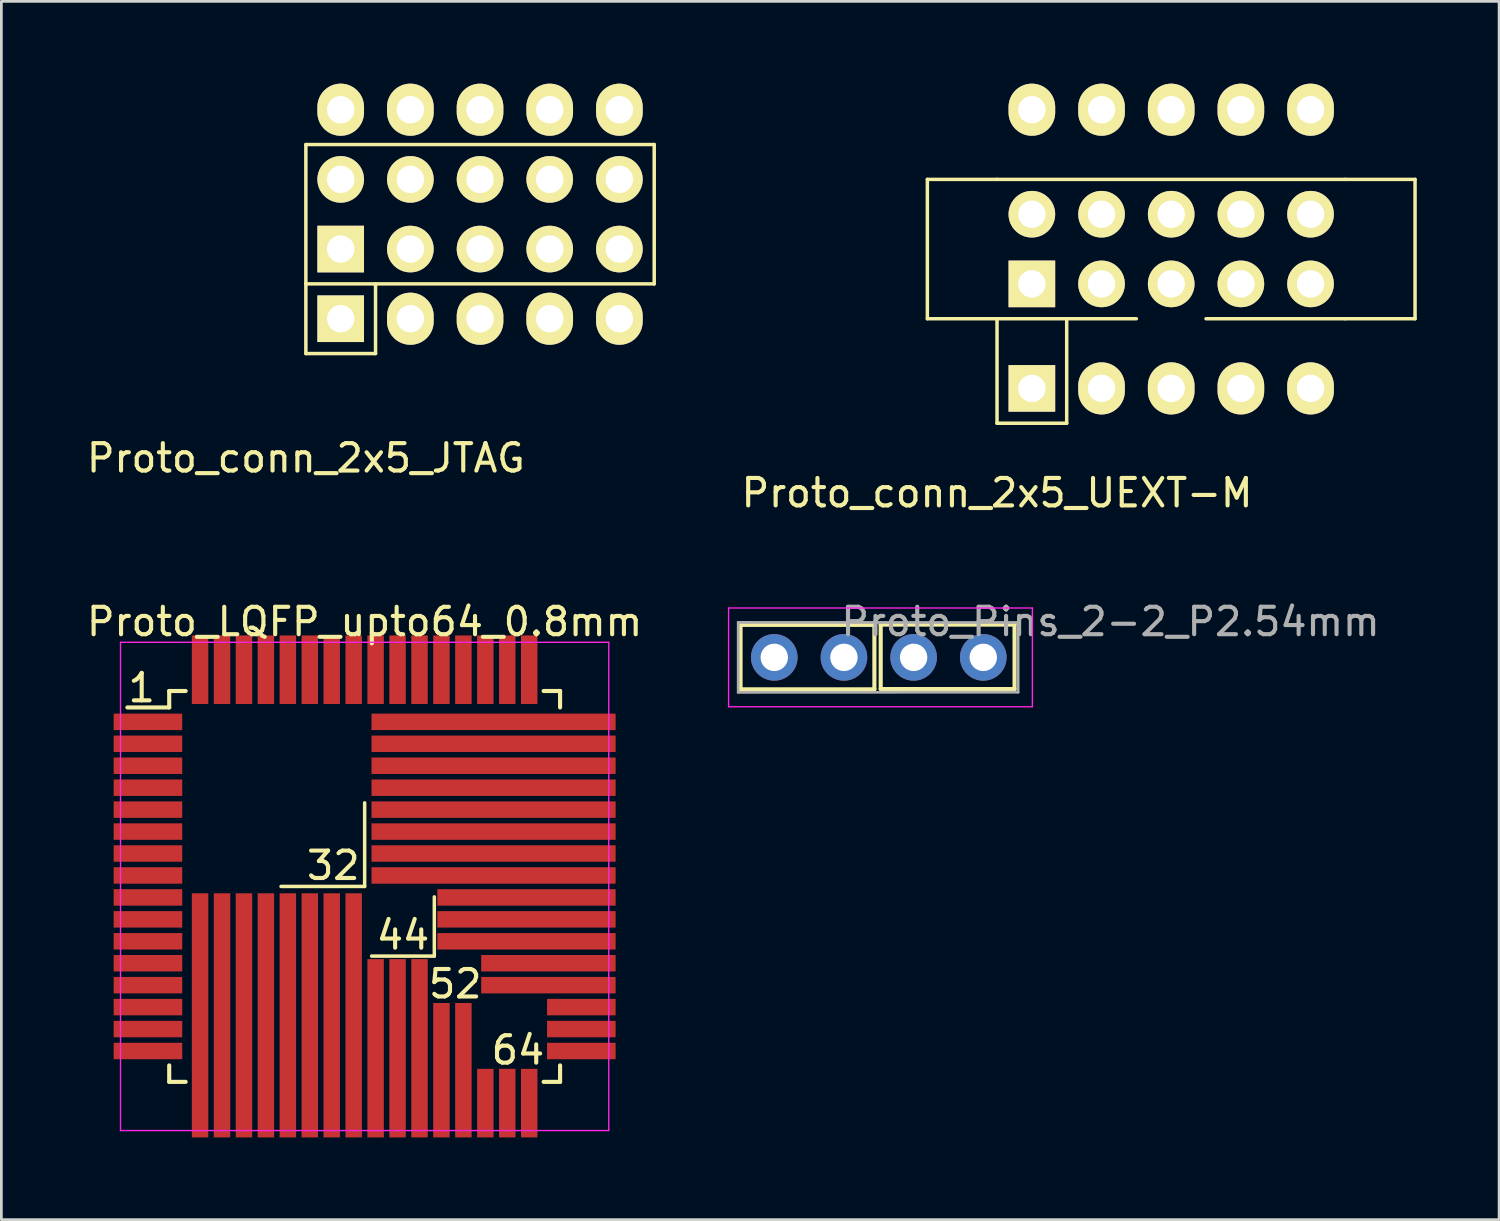
<source format=kicad_pcb>
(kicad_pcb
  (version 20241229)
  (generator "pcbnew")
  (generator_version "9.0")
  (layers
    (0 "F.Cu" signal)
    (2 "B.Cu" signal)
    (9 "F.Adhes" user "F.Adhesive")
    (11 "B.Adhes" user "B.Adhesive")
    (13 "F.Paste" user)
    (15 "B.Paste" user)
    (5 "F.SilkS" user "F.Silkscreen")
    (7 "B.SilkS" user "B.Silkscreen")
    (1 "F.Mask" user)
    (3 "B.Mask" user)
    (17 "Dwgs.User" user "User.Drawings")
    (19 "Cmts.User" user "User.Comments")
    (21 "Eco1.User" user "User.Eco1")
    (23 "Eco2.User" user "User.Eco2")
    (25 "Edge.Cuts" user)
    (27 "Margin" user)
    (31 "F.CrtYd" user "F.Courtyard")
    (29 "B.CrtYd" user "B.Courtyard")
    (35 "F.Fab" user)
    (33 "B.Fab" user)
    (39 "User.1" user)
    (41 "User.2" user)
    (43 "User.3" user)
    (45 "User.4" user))
  (footprint "Proto_conn_2x5_JTAG"
    (layer "F.Cu")
    (at 9.371 6.03)
    (property "Reference" "Proto_conn_2x5_JTAG" (at -1.27 7.62 0) (layer "F.SilkS") (effects (font (size 1 1) (thickness 0.15))))
    (attr through_hole)
    (fp_line (start -1.27 -3.81) (end 11.43 -3.81) (stroke (width 0.127) (type solid)) (layer "F.SilkS"))
    (fp_line (start -1.27 1.27) (end -1.27 -3.81) (stroke (width 0.127) (type solid)) (layer "F.SilkS"))
    (fp_line (start -1.27 1.27) (end -1.27 3.81) (stroke (width 0.127) (type solid)) (layer "F.SilkS"))
    (fp_line (start -1.27 3.81) (end 1.27 3.81) (stroke (width 0.127) (type solid)) (layer "F.SilkS"))
    (fp_line (start 1.27 3.81) (end 1.27 1.27) (stroke (width 0.127) (type solid)) (layer "F.SilkS"))
    (fp_line (start 11.43 -3.81) (end 11.43 1.27) (stroke (width 0.127) (type solid)) (layer "F.SilkS"))
    (fp_line (start 11.43 1.27) (end -1.27 1.27) (stroke (width 0.127) (type solid)) (layer "F.SilkS"))
    (pad "1" thru_hole rect (at 0 0) (size 1.7 1.7) (drill 1) (layers "*.Cu" "*.Mask" "F.SilkS"))
    (pad "1" thru_hole rect (at 0 2.54) (size 1.7 1.7) (drill 1) (layers "*.Cu" "*.Mask" "F.SilkS"))
    (pad "2" thru_hole oval (at 0 -5.08) (size 1.7 1.9) (drill 1) (layers "*.Cu" "*.Mask" "F.SilkS"))
    (pad "2" thru_hole circle (at 0 -2.54) (size 1.7 1.7) (drill 1) (layers "*.Cu" "*.Mask" "F.SilkS"))
    (pad "3" thru_hole circle (at 2.54 0) (size 1.7 1.7) (drill 1) (layers "*.Cu" "*.Mask" "F.SilkS"))
    (pad "3" thru_hole oval (at 2.54 2.54) (size 1.7 1.9) (drill 1) (layers "*.Cu" "*.Mask" "F.SilkS"))
    (pad "4" thru_hole oval (at 2.54 -5.08) (size 1.7 1.9) (drill 1) (layers "*.Cu" "*.Mask" "F.SilkS"))
    (pad "4" thru_hole circle (at 2.54 -2.54) (size 1.7 1.7) (drill 1) (layers "*.Cu" "*.Mask" "F.SilkS"))
    (pad "5" thru_hole circle (at 5.08 0) (size 1.7 1.7) (drill 1) (layers "*.Cu" "*.Mask" "F.SilkS"))
    (pad "5" thru_hole oval (at 5.08 2.54) (size 1.7 1.9) (drill 1) (layers "*.Cu" "*.Mask" "F.SilkS"))
    (pad "6" thru_hole oval (at 5.08 -5.08) (size 1.7 1.9) (drill 1) (layers "*.Cu" "*.Mask" "F.SilkS"))
    (pad "6" thru_hole circle (at 5.08 -2.54) (size 1.7 1.7) (drill 1) (layers "*.Cu" "*.Mask" "F.SilkS"))
    (pad "7" thru_hole circle (at 7.62 0) (size 1.7 1.7) (drill 1) (layers "*.Cu" "*.Mask" "F.SilkS"))
    (pad "7" thru_hole oval (at 7.62 2.54) (size 1.7 1.9) (drill 1) (layers "*.Cu" "*.Mask" "F.SilkS"))
    (pad "8" thru_hole oval (at 7.62 -5.08) (size 1.7 1.9) (drill 1) (layers "*.Cu" "*.Mask" "F.SilkS"))
    (pad "8" thru_hole circle (at 7.62 -2.54) (size 1.7 1.7) (drill 1) (layers "*.Cu" "*.Mask" "F.SilkS"))
    (pad "9" thru_hole circle (at 10.16 0) (size 1.7 1.7) (drill 1) (layers "*.Cu" "*.Mask" "F.SilkS"))
    (pad "9" thru_hole oval (at 10.16 2.54) (size 1.7 1.9) (drill 1) (layers "*.Cu" "*.Mask" "F.SilkS"))
    (pad "10" thru_hole oval (at 10.16 -5.08) (size 1.7 1.9) (drill 1) (layers "*.Cu" "*.Mask" "F.SilkS"))
    (pad "10" thru_hole circle (at 10.16 -2.54) (size 1.7 1.7) (drill 1) (layers "*.Cu" "*.Mask" "F.SilkS")))
  (footprint "Proto_LQFP_upto64_0.8mm"
    (layer "F.Cu")
    (at 10.244 29.267)
    (property "Reference" "Proto_LQFP_upto64_0.8mm" (at 0 -9.65 180) (layer "F.SilkS") (effects (font (size 1 1) (thickness 0.15))))
    (attr smd)
    (fp_line (start -7.125 -7.125) (end -7.125 -6.525) (stroke (width 0.15) (type solid)) (layer "F.SilkS"))
    (fp_line (start -7.125 -7.125) (end -6.525 -7.125) (stroke (width 0.15) (type solid)) (layer "F.SilkS"))
    (fp_line (start -7.125 -6.525) (end -8.65 -6.525) (stroke (width 0.15) (type solid)) (layer "F.SilkS"))
    (fp_line (start -7.125 7.125) (end -7.125 6.525) (stroke (width 0.15) (type solid)) (layer "F.SilkS"))
    (fp_line (start -7.125 7.125) (end -6.525 7.125) (stroke (width 0.15) (type solid)) (layer "F.SilkS"))
    (fp_line (start 0 -3.048) (end 0 0) (stroke (width 0.127) (type solid)) (layer "F.SilkS"))
    (fp_line (start 0 0) (end -3.048 0) (stroke (width 0.127) (type solid)) (layer "F.SilkS"))
    (fp_line (start 2.54 0.381) (end 2.54 2.54) (stroke (width 0.127) (type solid)) (layer "F.SilkS"))
    (fp_line (start 2.54 2.54) (end 0.254 2.54) (stroke (width 0.127) (type solid)) (layer "F.SilkS"))
    (fp_line (start 7.125 -7.125) (end 6.525 -7.125) (stroke (width 0.15) (type solid)) (layer "F.SilkS"))
    (fp_line (start 7.125 -7.125) (end 7.125 -6.525) (stroke (width 0.15) (type solid)) (layer "F.SilkS"))
    (fp_line (start 7.125 7.125) (end 6.525 7.125) (stroke (width 0.15) (type solid)) (layer "F.SilkS"))
    (fp_line (start 7.125 7.125) (end 7.125 6.525) (stroke (width 0.15) (type solid)) (layer "F.SilkS"))
    (fp_line (start -8.9 -8.9) (end -8.9 8.9) (stroke (width 0.05) (type solid)) (layer "F.CrtYd"))
    (fp_line (start -8.9 -8.9) (end 8.9 -8.9) (stroke (width 0.05) (type solid)) (layer "F.CrtYd"))
    (fp_line (start -8.9 8.9) (end 8.9 8.9) (stroke (width 0.05) (type solid)) (layer "F.CrtYd"))
    (fp_line (start 8.9 -8.9) (end 8.9 8.9) (stroke (width 0.05) (type solid)) (layer "F.CrtYd"))
    (fp_text user "64" (at 5.588 5.969 180) (layer "F.SilkS") (effects (font (size 1 1) (thickness 0.15))))
    (fp_text user "1" (at -8.128 -7.239 180) (layer "F.SilkS") (effects (font (size 1 1) (thickness 0.15))))
    (fp_text user "32" (at -1.143 -0.762 180) (layer "F.SilkS") (effects (font (size 1 1) (thickness 0.15))))
    (fp_text user "44" (at 1.397 1.778 180) (layer "F.SilkS") (effects (font (size 1 1) (thickness 0.15))))
    (fp_text user "52" (at 3.302 3.556 180) (layer "F.SilkS") (effects (font (size 1 1) (thickness 0.15))))
    (pad "1" smd rect (at -7.9 -6) (size 2.5 0.6) (layers "F.Cu" "F.Mask" "F.Paste"))
    (pad "2" smd rect (at -7.9 -5.2) (size 2.5 0.6) (layers "F.Cu" "F.Mask" "F.Paste"))
    (pad "3" smd rect (at -7.9 -4.4) (size 2.5 0.6) (layers "F.Cu" "F.Mask" "F.Paste"))
    (pad "4" smd rect (at -7.9 -3.6) (size 2.5 0.6) (layers "F.Cu" "F.Mask" "F.Paste"))
    (pad "5" smd rect (at -7.9 -2.8) (size 2.5 0.6) (layers "F.Cu" "F.Mask" "F.Paste"))
    (pad "6" smd rect (at -7.9 -2) (size 2.5 0.6) (layers "F.Cu" "F.Mask" "F.Paste"))
    (pad "7" smd rect (at -7.9 -1.2) (size 2.5 0.6) (layers "F.Cu" "F.Mask" "F.Paste"))
    (pad "8" smd rect (at -7.9 -0.4) (size 2.5 0.6) (layers "F.Cu" "F.Mask" "F.Paste"))
    (pad "9" smd rect (at -7.9 0.4) (size 2.5 0.6) (layers "F.Cu" "F.Mask" "F.Paste"))
    (pad "10" smd rect (at -7.9 1.2) (size 2.5 0.6) (layers "F.Cu" "F.Mask" "F.Paste"))
    (pad "11" smd rect (at -7.9 2) (size 2.5 0.6) (layers "F.Cu" "F.Mask" "F.Paste"))
    (pad "12" smd rect (at -7.9 2.8) (size 2.5 0.6) (layers "F.Cu" "F.Mask" "F.Paste"))
    (pad "13" smd rect (at -7.9 3.6) (size 2.5 0.6) (layers "F.Cu" "F.Mask" "F.Paste"))
    (pad "14" smd rect (at -7.9 4.4) (size 2.5 0.6) (layers "F.Cu" "F.Mask" "F.Paste"))
    (pad "15" smd rect (at -7.9 5.2) (size 2.5 0.6) (layers "F.Cu" "F.Mask" "F.Paste"))
    (pad "16" smd rect (at -7.9 6) (size 2.5 0.6) (layers "F.Cu" "F.Mask" "F.Paste"))
    (pad "17" smd rect (at -6 4.7 90) (size 8.9 0.6) (layers "F.Cu" "F.Mask" "F.Paste"))
    (pad "18" smd rect (at -5.2 4.7 90) (size 8.9 0.6) (layers "F.Cu" "F.Mask" "F.Paste"))
    (pad "19" smd rect (at -4.4 4.7 90) (size 8.9 0.6) (layers "F.Cu" "F.Mask" "F.Paste"))
    (pad "20" smd rect (at -3.6 4.7 90) (size 8.9 0.6) (layers "F.Cu" "F.Mask" "F.Paste"))
    (pad "21" smd rect (at -2.8 4.7 90) (size 8.9 0.6) (layers "F.Cu" "F.Mask" "F.Paste"))
    (pad "22" smd rect (at -2 4.7 90) (size 8.9 0.6) (layers "F.Cu" "F.Mask" "F.Paste"))
    (pad "23" smd rect (at -1.2 4.7 90) (size 8.9 0.6) (layers "F.Cu" "F.Mask" "F.Paste"))
    (pad "24" smd rect (at -0.4 4.7 90) (size 8.9 0.6) (layers "F.Cu" "F.Mask" "F.Paste"))
    (pad "25" smd rect (at 0.4 5.9 90) (size 6.5 0.6) (layers "F.Cu" "F.Mask" "F.Paste"))
    (pad "26" smd rect (at 1.2 5.9 90) (size 6.5 0.6) (layers "F.Cu" "F.Mask" "F.Paste"))
    (pad "27" smd rect (at 2 5.9 90) (size 6.5 0.6) (layers "F.Cu" "F.Mask" "F.Paste"))
    (pad "28" smd rect (at 2.8 6.7 90) (size 4.9 0.6) (layers "F.Cu" "F.Mask" "F.Paste"))
    (pad "29" smd rect (at 3.6 6.7 90) (size 4.9 0.6) (layers "F.Cu" "F.Mask" "F.Paste"))
    (pad "30" smd rect (at 4.4 7.9 90) (size 2.5 0.6) (layers "F.Cu" "F.Mask" "F.Paste"))
    (pad "31" smd rect (at 5.2 7.9 90) (size 2.5 0.6) (layers "F.Cu" "F.Mask" "F.Paste"))
    (pad "32" smd rect (at 6 7.9 90) (size 2.5 0.6) (layers "F.Cu" "F.Mask" "F.Paste"))
    (pad "33" smd rect (at 7.9 6) (size 2.5 0.6) (layers "F.Cu" "F.Mask" "F.Paste"))
    (pad "34" smd rect (at 7.9 5.2) (size 2.5 0.6) (layers "F.Cu" "F.Mask" "F.Paste"))
    (pad "35" smd rect (at 7.9 4.4) (size 2.5 0.6) (layers "F.Cu" "F.Mask" "F.Paste"))
    (pad "36" smd rect (at 6.7 3.6) (size 4.9 0.6) (layers "F.Cu" "F.Mask" "F.Paste"))
    (pad "37" smd rect (at 6.7 2.8) (size 4.9 0.6) (layers "F.Cu" "F.Mask" "F.Paste"))
    (pad "38" smd rect (at 5.9 2) (size 6.5 0.6) (layers "F.Cu" "F.Mask" "F.Paste"))
    (pad "39" smd rect (at 5.9 1.2) (size 6.5 0.6) (layers "F.Cu" "F.Mask" "F.Paste"))
    (pad "40" smd rect (at 5.9 0.4) (size 6.5 0.6) (layers "F.Cu" "F.Mask" "F.Paste"))
    (pad "41" smd rect (at 4.7 -0.4) (size 8.9 0.6) (layers "F.Cu" "F.Mask" "F.Paste"))
    (pad "42" smd rect (at 4.7 -1.2) (size 8.9 0.6) (layers "F.Cu" "F.Mask" "F.Paste"))
    (pad "43" smd rect (at 4.7 -2) (size 8.9 0.6) (layers "F.Cu" "F.Mask" "F.Paste"))
    (pad "44" smd rect (at 4.7 -2.8) (size 8.9 0.6) (layers "F.Cu" "F.Mask" "F.Paste"))
    (pad "45" smd rect (at 4.7 -3.6) (size 8.9 0.6) (layers "F.Cu" "F.Mask" "F.Paste"))
    (pad "46" smd rect (at 4.7 -4.4) (size 8.9 0.6) (layers "F.Cu" "F.Mask" "F.Paste"))
    (pad "47" smd rect (at 4.7 -5.2) (size 8.9 0.6) (layers "F.Cu" "F.Mask" "F.Paste"))
    (pad "48" smd rect (at 4.7 -6) (size 8.9 0.6) (layers "F.Cu" "F.Mask" "F.Paste"))
    (pad "49" smd rect (at 6 -7.9 90) (size 2.5 0.6) (layers "F.Cu" "F.Mask" "F.Paste"))
    (pad "50" smd rect (at 5.2 -7.9 90) (size 2.5 0.6) (layers "F.Cu" "F.Mask" "F.Paste"))
    (pad "51" smd rect (at 4.4 -7.9 90) (size 2.5 0.6) (layers "F.Cu" "F.Mask" "F.Paste"))
    (pad "52" smd rect (at 3.6 -7.9 90) (size 2.5 0.6) (layers "F.Cu" "F.Mask" "F.Paste"))
    (pad "53" smd rect (at 2.8 -7.9 90) (size 2.5 0.6) (layers "F.Cu" "F.Mask" "F.Paste"))
    (pad "54" smd rect (at 2 -7.9 90) (size 2.5 0.6) (layers "F.Cu" "F.Mask" "F.Paste"))
    (pad "55" smd rect (at 1.2 -7.9 90) (size 2.5 0.6) (layers "F.Cu" "F.Mask" "F.Paste"))
    (pad "56" smd rect (at 0.4 -7.9 90) (size 2.5 0.6) (layers "F.Cu" "F.Mask" "F.Paste"))
    (pad "57" smd rect (at -0.4 -7.9 90) (size 2.5 0.6) (layers "F.Cu" "F.Mask" "F.Paste"))
    (pad "58" smd rect (at -1.2 -7.9 90) (size 2.5 0.6) (layers "F.Cu" "F.Mask" "F.Paste"))
    (pad "59" smd rect (at -2 -7.9 90) (size 2.5 0.6) (layers "F.Cu" "F.Mask" "F.Paste"))
    (pad "60" smd rect (at -2.8 -7.9 90) (size 2.5 0.6) (layers "F.Cu" "F.Mask" "F.Paste"))
    (pad "61" smd rect (at -3.6 -7.9 90) (size 2.5 0.6) (layers "F.Cu" "F.Mask" "F.Paste"))
    (pad "62" smd rect (at -4.4 -7.9 90) (size 2.5 0.6) (layers "F.Cu" "F.Mask" "F.Paste"))
    (pad "63" smd rect (at -5.2 -7.9 90) (size 2.5 0.6) (layers "F.Cu" "F.Mask" "F.Paste"))
    (pad "64" smd rect (at -6 -7.9 90) (size 2.5 0.6) (layers "F.Cu" "F.Mask" "F.Paste")))
  (footprint "Proto_Pins_2-2_P2.54mm"
    (layer "F.Cu")
    (at 28.988 20.916)
    (property "Reference" "Proto_Pins_2-2_P2.54mm" (at 8.45 -1.3 0) (layer "F.Fab") (effects (font (size 1 1) (thickness 0.15))))
    (attr through_hole)
    (fp_line (start -5.04 -1.185) (end -5.04 1.165) (stroke (width 0.15) (type solid)) (layer "F.SilkS"))
    (fp_line (start -5.04 -1.185) (end -0.16 -1.185) (stroke (width 0.15) (type solid)) (layer "F.SilkS"))
    (fp_line (start -0.16 -1.185) (end -0.16 1.165) (stroke (width 0.15) (type solid)) (layer "F.SilkS"))
    (fp_line (start -0.16 1.165) (end -5.04 1.165) (stroke (width 0.15) (type solid)) (layer "F.SilkS"))
    (fp_line (start 0.07 -1.195) (end 0.07 1.155) (stroke (width 0.15) (type solid)) (layer "F.SilkS"))
    (fp_line (start 0.07 -1.195) (end 4.95 -1.195) (stroke (width 0.15) (type solid)) (layer "F.SilkS"))
    (fp_line (start 4.95 -1.195) (end 4.95 1.155) (stroke (width 0.15) (type solid)) (layer "F.SilkS"))
    (fp_line (start 4.95 1.155) (end 0.07 1.155) (stroke (width 0.15) (type solid)) (layer "F.SilkS"))
    (fp_line (start -5.475 -1.8) (end -5.475 1.8) (stroke (width 0.05) (type solid)) (layer "F.CrtYd"))
    (fp_line (start -5.475 1.8) (end 5.6 1.8) (stroke (width 0.05) (type solid)) (layer "F.CrtYd"))
    (fp_line (start 5.6 -1.8) (end -5.475 -1.8) (stroke (width 0.05) (type solid)) (layer "F.CrtYd"))
    (fp_line (start 5.6 1.8) (end 5.6 -1.8) (stroke (width 0.05) (type solid)) (layer "F.CrtYd"))
    (fp_line (start -5.125 -1.275) (end 5.08 -1.27) (stroke (width 0.1) (type solid)) (layer "F.Fab"))
    (fp_line (start -5.125 1.275) (end -5.125 -1.275) (stroke (width 0.1) (type solid)) (layer "F.Fab"))
    (fp_line (start 5.08 -1.27) (end 5.08 1.27) (stroke (width 0.1) (type solid)) (layer "F.Fab"))
    (fp_line (start 5.08 1.27) (end -5.125 1.275) (stroke (width 0.1) (type solid)) (layer "F.Fab"))
    (pad "1" thru_hole oval (at -3.81 0 90) (size 1.7 1.7) (drill 1) (layers "*.Cu" "*.Mask"))
    (pad "1" thru_hole oval (at -1.27 0 90) (size 1.7 1.7) (drill 1) (layers "*.Cu" "*.Mask"))
    (pad "2" thru_hole oval (at 1.27 0 90) (size 1.7 1.7) (drill 1) (layers "*.Cu" "*.Mask"))
    (pad "2" thru_hole oval (at 3.81 0 90) (size 1.7 1.7) (drill 1) (layers "*.Cu" "*.Mask")))
  (footprint "Proto_conn_2x5_UEXT-M"
    (layer "F.Cu")
    (at 34.569 7.3)
    (property "Reference" "Proto_conn_2x5_UEXT-M" (at -1.27 7.62 0) (layer "F.SilkS") (effects (font (size 1 1) (thickness 0.15))))
    (attr through_hole)
    (fp_line (start -3.81 -3.81) (end -3.81 1.27) (stroke (width 0.127) (type solid)) (layer "F.SilkS"))
    (fp_line (start -3.81 1.27) (end -1.27 1.27) (stroke (width 0.127) (type solid)) (layer "F.SilkS"))
    (fp_line (start -1.27 -3.81) (end -3.81 -3.81) (stroke (width 0.127) (type solid)) (layer "F.SilkS"))
    (fp_line (start -1.27 -3.81) (end 11.43 -3.81) (stroke (width 0.127) (type solid)) (layer "F.SilkS"))
    (fp_line (start -1.27 1.27) (end -1.27 5.08) (stroke (width 0.127) (type solid)) (layer "F.SilkS"))
    (fp_line (start -1.27 1.27) (end 3.81 1.27) (stroke (width 0.127) (type solid)) (layer "F.SilkS"))
    (fp_line (start -1.27 5.08) (end 1.27 5.08) (stroke (width 0.127) (type solid)) (layer "F.SilkS"))
    (fp_line (start 1.27 5.08) (end 1.27 1.27) (stroke (width 0.127) (type solid)) (layer "F.SilkS"))
    (fp_line (start 6.35 1.27) (end 11.43 1.27) (stroke (width 0.127) (type solid)) (layer "F.SilkS"))
    (fp_line (start 11.43 -3.81) (end 13.97 -3.81) (stroke (width 0.127) (type solid)) (layer "F.SilkS"))
    (fp_line (start 13.97 -3.81) (end 13.97 1.27) (stroke (width 0.127) (type solid)) (layer "F.SilkS"))
    (fp_line (start 13.97 1.27) (end 11.43 1.27) (stroke (width 0.127) (type solid)) (layer "F.SilkS"))
    (pad "1" thru_hole rect (at 0 0) (size 1.7 1.7) (drill 1) (layers "*.Cu" "*.Mask" "F.SilkS"))
    (pad "1" thru_hole rect (at 0 3.81) (size 1.7 1.7) (drill 1) (layers "*.Cu" "*.Mask" "F.SilkS"))
    (pad "2" thru_hole oval (at 0 -6.35) (size 1.7 1.9) (drill 1) (layers "*.Cu" "*.Mask" "F.SilkS"))
    (pad "2" thru_hole circle (at 0 -2.54) (size 1.7 1.7) (drill 1) (layers "*.Cu" "*.Mask" "F.SilkS"))
    (pad "3" thru_hole circle (at 2.54 0) (size 1.7 1.7) (drill 1) (layers "*.Cu" "*.Mask" "F.SilkS"))
    (pad "3" thru_hole oval (at 2.54 3.81) (size 1.7 1.9) (drill 1) (layers "*.Cu" "*.Mask" "F.SilkS"))
    (pad "4" thru_hole oval (at 2.54 -6.35) (size 1.7 1.9) (drill 1) (layers "*.Cu" "*.Mask" "F.SilkS"))
    (pad "4" thru_hole circle (at 2.54 -2.54) (size 1.7 1.7) (drill 1) (layers "*.Cu" "*.Mask" "F.SilkS"))
    (pad "5" thru_hole circle (at 5.08 0) (size 1.7 1.7) (drill 1) (layers "*.Cu" "*.Mask" "F.SilkS"))
    (pad "5" thru_hole oval (at 5.08 3.81) (size 1.7 1.9) (drill 1) (layers "*.Cu" "*.Mask" "F.SilkS"))
    (pad "6" thru_hole oval (at 5.08 -6.35) (size 1.7 1.9) (drill 1) (layers "*.Cu" "*.Mask" "F.SilkS"))
    (pad "6" thru_hole circle (at 5.08 -2.54) (size 1.7 1.7) (drill 1) (layers "*.Cu" "*.Mask" "F.SilkS"))
    (pad "7" thru_hole circle (at 7.62 0) (size 1.7 1.7) (drill 1) (layers "*.Cu" "*.Mask" "F.SilkS"))
    (pad "7" thru_hole oval (at 7.62 3.81) (size 1.7 1.9) (drill 1) (layers "*.Cu" "*.Mask" "F.SilkS"))
    (pad "8" thru_hole oval (at 7.62 -6.35) (size 1.7 1.9) (drill 1) (layers "*.Cu" "*.Mask" "F.SilkS"))
    (pad "8" thru_hole circle (at 7.62 -2.54) (size 1.7 1.7) (drill 1) (layers "*.Cu" "*.Mask" "F.SilkS"))
    (pad "9" thru_hole circle (at 10.16 0) (size 1.7 1.7) (drill 1) (layers "*.Cu" "*.Mask" "F.SilkS"))
    (pad "9" thru_hole oval (at 10.16 3.81) (size 1.7 1.9) (drill 1) (layers "*.Cu" "*.Mask" "F.SilkS"))
    (pad "10" thru_hole oval (at 10.16 -6.35) (size 1.7 1.9) (drill 1) (layers "*.Cu" "*.Mask" "F.SilkS"))
    (pad "10" thru_hole circle (at 10.16 -2.54) (size 1.7 1.7) (drill 1) (layers "*.Cu" "*.Mask" "F.SilkS")))
  (gr_rect
    (start -3 -3)
    (end 51.603 41.416)
    (stroke (width 0.1) (type default))
    (fill no)
    (layer "Edge.Cuts")))
</source>
